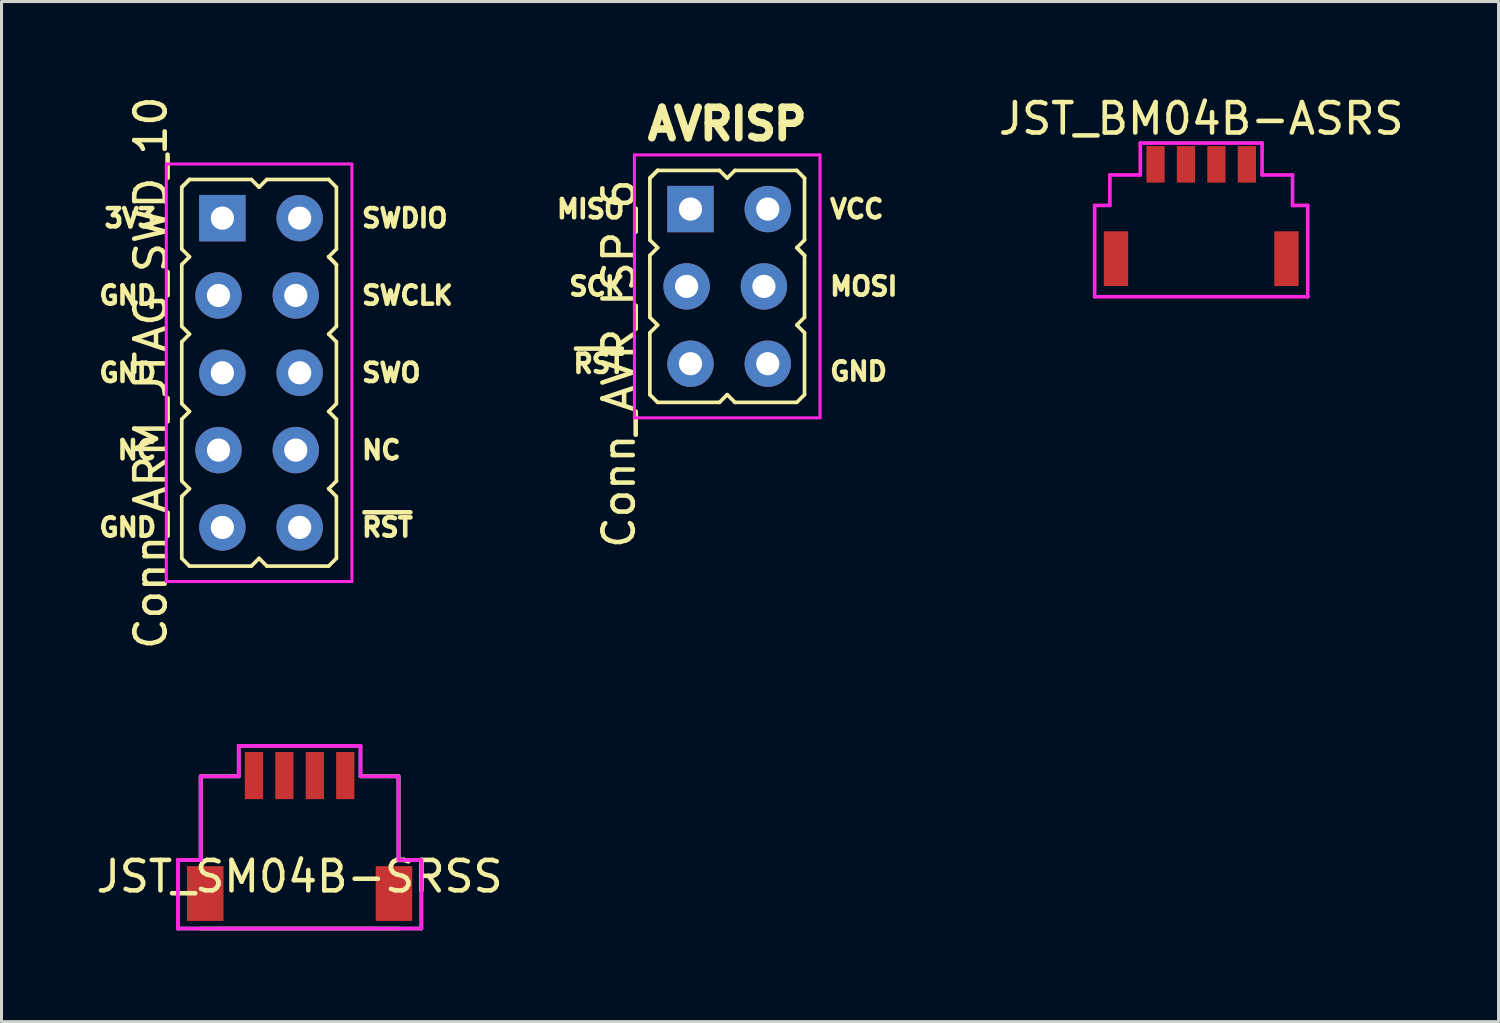
<source format=kicad_pcb>
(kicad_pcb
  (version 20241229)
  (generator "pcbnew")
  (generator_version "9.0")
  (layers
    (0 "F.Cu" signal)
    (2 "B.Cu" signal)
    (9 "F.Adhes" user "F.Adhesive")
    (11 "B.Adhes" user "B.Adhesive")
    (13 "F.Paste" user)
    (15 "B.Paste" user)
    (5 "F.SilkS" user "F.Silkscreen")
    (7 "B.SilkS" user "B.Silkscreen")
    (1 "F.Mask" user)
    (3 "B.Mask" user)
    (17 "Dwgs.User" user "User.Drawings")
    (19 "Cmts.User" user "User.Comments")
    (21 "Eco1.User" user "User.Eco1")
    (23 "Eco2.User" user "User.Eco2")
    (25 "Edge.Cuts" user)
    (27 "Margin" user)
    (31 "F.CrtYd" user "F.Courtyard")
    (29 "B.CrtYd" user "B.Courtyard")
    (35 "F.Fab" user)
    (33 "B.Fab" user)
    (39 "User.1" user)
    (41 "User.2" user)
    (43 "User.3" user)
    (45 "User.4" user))
  (footprint "JST_BM04B-ASRS"
    (layer "F.Cu")
    (at 36.41 2.948)
    (property "Reference" "JST_BM04B-ASRS" (at 0 -2.1 180) (layer "F.SilkS") (effects (font (size 1 1) (thickness 0.15))))
    (attr through_hole)
    (fp_line (start -3.5 0.75) (end -3.5 3.75) (stroke (width 0.12) (type solid)) (layer "F.CrtYd"))
    (fp_line (start -3 -0.25) (end -3 0.75) (stroke (width 0.12) (type solid)) (layer "F.CrtYd"))
    (fp_line (start -3 -0.25) (end -2 -0.25) (stroke (width 0.12) (type solid)) (layer "F.CrtYd"))
    (fp_line (start -3 0.75) (end -3.5 0.75) (stroke (width 0.12) (type solid)) (layer "F.CrtYd"))
    (fp_line (start -2 -1.3) (end -2 -0.25) (stroke (width 0.12) (type solid)) (layer "F.CrtYd"))
    (fp_line (start -2 -1.3) (end 2 -1.3) (stroke (width 0.12) (type solid)) (layer "F.CrtYd"))
    (fp_line (start 2 -0.25) (end 2 -1.3) (stroke (width 0.12) (type solid)) (layer "F.CrtYd"))
    (fp_line (start 2 -0.25) (end 3 -0.25) (stroke (width 0.12) (type solid)) (layer "F.CrtYd"))
    (fp_line (start 3 -0.25) (end 3 0.75) (stroke (width 0.12) (type solid)) (layer "F.CrtYd"))
    (fp_line (start 3 0.75) (end 3.5 0.75) (stroke (width 0.12) (type solid)) (layer "F.CrtYd"))
    (fp_line (start 3.5 0.75) (end 3.5 3.75) (stroke (width 0.12) (type solid)) (layer "F.CrtYd"))
    (fp_line (start 3.5 3.75) (end -3.5 3.75) (stroke (width 0.12) (type solid)) (layer "F.CrtYd"))
    (pad "1" smd rect (at -1.5 -0.6) (size 0.6 1.2) (layers "F.Cu" "F.Mask" "F.Paste"))
    (pad "2" smd rect (at -0.5 -0.6) (size 0.6 1.2) (layers "F.Cu" "F.Mask" "F.Paste"))
    (pad "3" smd rect (at 0.5 -0.6) (size 0.6 1.2) (layers "F.Cu" "F.Mask" "F.Paste"))
    (pad "4" smd rect (at 1.5 -0.6) (size 0.6 1.2) (layers "F.Cu" "F.Mask" "F.Paste"))
    (pad "5" smd rect (at -2.8 2.5) (size 0.8 1.8) (layers "F.Cu" "F.Mask" "F.Paste"))
    (pad "5" smd rect (at 2.8 2.5) (size 0.8 1.8) (layers "F.Cu" "F.Mask" "F.Paste")))
  (footprint "Conn_ARM_JTAG_SWD_10"
    (layer "F.Cu")
    (at 5.461 9.196)
    (property "Reference" "Conn_ARM_JTAG_SWD_10" (at -3.556 0 90) (layer "F.SilkS") (effects (font (size 1 1) (thickness 0.15))))
    (attr through_hole)
    (fp_line (start -2.54 -6.096) (end -2.286 -6.35) (stroke (width 0.12) (type solid)) (layer "F.SilkS"))
    (fp_line (start -2.54 -6.096) (end -2.286 -6.35) (stroke (width 0.12) (type solid)) (layer "F.SilkS"))
    (fp_line (start -2.54 -4.064) (end -2.54 -6.096) (stroke (width 0.12) (type solid)) (layer "F.SilkS"))
    (fp_line (start -2.54 -3.556) (end -2.286 -3.81) (stroke (width 0.12) (type solid)) (layer "F.SilkS"))
    (fp_line (start -2.54 -1.524) (end -2.54 -3.556) (stroke (width 0.12) (type solid)) (layer "F.SilkS"))
    (fp_line (start -2.54 -1.016) (end -2.286 -1.27) (stroke (width 0.12) (type solid)) (layer "F.SilkS"))
    (fp_line (start -2.54 1.016) (end -2.54 -1.016) (stroke (width 0.12) (type solid)) (layer "F.SilkS"))
    (fp_line (start -2.54 1.524) (end -2.286 1.27) (stroke (width 0.12) (type solid)) (layer "F.SilkS"))
    (fp_line (start -2.54 3.556) (end -2.54 1.524) (stroke (width 0.12) (type solid)) (layer "F.SilkS"))
    (fp_line (start -2.54 4.064) (end -2.286 3.81) (stroke (width 0.12) (type solid)) (layer "F.SilkS"))
    (fp_line (start -2.54 6.096) (end -2.54 4.064) (stroke (width 0.12) (type solid)) (layer "F.SilkS"))
    (fp_line (start -2.286 -3.81) (end -2.54 -4.064) (stroke (width 0.12) (type solid)) (layer "F.SilkS"))
    (fp_line (start -2.286 -1.27) (end -2.54 -1.524) (stroke (width 0.12) (type solid)) (layer "F.SilkS"))
    (fp_line (start -2.286 1.27) (end -2.54 1.016) (stroke (width 0.12) (type solid)) (layer "F.SilkS"))
    (fp_line (start -2.286 3.81) (end -2.54 3.556) (stroke (width 0.12) (type solid)) (layer "F.SilkS"))
    (fp_line (start -2.286 6.35) (end -2.54 6.096) (stroke (width 0.12) (type solid)) (layer "F.SilkS"))
    (fp_line (start -0.254 -6.35) (end -2.286 -6.35) (stroke (width 0.12) (type solid)) (layer "F.SilkS"))
    (fp_line (start -0.254 6.35) (end -2.286 6.35) (stroke (width 0.12) (type solid)) (layer "F.SilkS"))
    (fp_line (start -0.254 6.35) (end 0 6.096) (stroke (width 0.12) (type solid)) (layer "F.SilkS"))
    (fp_line (start 0 -6.096) (end -0.254 -6.35) (stroke (width 0.12) (type solid)) (layer "F.SilkS"))
    (fp_line (start 0.254 -6.35) (end 0 -6.096) (stroke (width 0.12) (type solid)) (layer "F.SilkS"))
    (fp_line (start 0.254 -6.35) (end 2.286 -6.35) (stroke (width 0.12) (type solid)) (layer "F.SilkS"))
    (fp_line (start 0.254 6.35) (end 0 6.096) (stroke (width 0.12) (type solid)) (layer "F.SilkS"))
    (fp_line (start 2.286 -6.35) (end 2.54 -6.096) (stroke (width 0.12) (type solid)) (layer "F.SilkS"))
    (fp_line (start 2.286 -3.81) (end 2.54 -3.556) (stroke (width 0.12) (type solid)) (layer "F.SilkS"))
    (fp_line (start 2.286 -3.81) (end 2.54 -3.556) (stroke (width 0.12) (type solid)) (layer "F.SilkS"))
    (fp_line (start 2.286 -1.27) (end 2.54 -1.016) (stroke (width 0.12) (type solid)) (layer "F.SilkS"))
    (fp_line (start 2.286 1.27) (end 2.54 1.524) (stroke (width 0.12) (type solid)) (layer "F.SilkS"))
    (fp_line (start 2.286 3.81) (end 2.54 4.064) (stroke (width 0.12) (type solid)) (layer "F.SilkS"))
    (fp_line (start 2.286 6.35) (end 0.254 6.35) (stroke (width 0.12) (type solid)) (layer "F.SilkS"))
    (fp_line (start 2.54 -6.096) (end 2.54 -4.064) (stroke (width 0.12) (type solid)) (layer "F.SilkS"))
    (fp_line (start 2.54 -4.064) (end 2.286 -3.81) (stroke (width 0.12) (type solid)) (layer "F.SilkS"))
    (fp_line (start 2.54 -3.556) (end 2.54 -1.524) (stroke (width 0.12) (type solid)) (layer "F.SilkS"))
    (fp_line (start 2.54 -1.524) (end 2.286 -1.27) (stroke (width 0.12) (type solid)) (layer "F.SilkS"))
    (fp_line (start 2.54 -1.016) (end 2.54 1.016) (stroke (width 0.12) (type solid)) (layer "F.SilkS"))
    (fp_line (start 2.54 1.016) (end 2.286 1.27) (stroke (width 0.12) (type solid)) (layer "F.SilkS"))
    (fp_line (start 2.54 1.524) (end 2.54 3.556) (stroke (width 0.12) (type solid)) (layer "F.SilkS"))
    (fp_line (start 2.54 3.556) (end 2.286 3.81) (stroke (width 0.12) (type solid)) (layer "F.SilkS"))
    (fp_line (start 2.54 4.064) (end 2.54 6.096) (stroke (width 0.12) (type solid)) (layer "F.SilkS"))
    (fp_line (start 2.54 6.096) (end 2.286 6.35) (stroke (width 0.12) (type solid)) (layer "F.SilkS"))
    (fp_line (start -3.048 6.858) (end -3.048 -6.858) (stroke (width 0.1) (type solid)) (layer "F.CrtYd"))
    (fp_line (start -3.048 6.858) (end 3.048 6.858) (stroke (width 0.1) (type solid)) (layer "F.CrtYd"))
    (fp_line (start 3.048 -6.858) (end -3.048 -6.858) (stroke (width 0.1) (type solid)) (layer "F.CrtYd"))
    (fp_line (start 3.048 -6.858) (end 3.048 6.858) (stroke (width 0.1) (type solid)) (layer "F.CrtYd"))
    (fp_text user "GND" (at -3.302 -2.54 0) (layer "F.SilkS") (effects (font (size 0.6 0.6) (thickness 0.15)) (justify right)))
    (fp_text user "NC" (at -3.302 2.54 0) (layer "F.SilkS") (effects (font (size 0.6 0.6) (thickness 0.15)) (justify right)))
    (fp_text user "SWO" (at 3.302 0 0) (layer "F.SilkS") (effects (font (size 0.6 0.6) (thickness 0.15)) (justify left)))
    (fp_text user "SWCLK" (at 3.302 -2.54 0) (layer "F.SilkS") (effects (font (size 0.6 0.6) (thickness 0.15)) (justify left)))
    (fp_text user "3V3" (at -3.302 -5.08 0) (layer "F.SilkS") (effects (font (size 0.6 0.6) (thickness 0.15)) (justify right)))
    (fp_text user "NC" (at 3.302 2.54 0) (layer "F.SilkS") (effects (font (size 0.6 0.6) (thickness 0.15)) (justify left)))
    (fp_text user "GND" (at -3.302 5.08 0) (layer "F.SilkS") (effects (font (size 0.6 0.6) (thickness 0.15)) (justify right)))
    (fp_text user "GND" (at -3.302 0 0) (layer "F.SilkS") (effects (font (size 0.6 0.6) (thickness 0.15)) (justify right)))
    (fp_text user "~{RST}" (at 3.302 5.08 0) (layer "F.SilkS") (effects (font (size 0.6 0.6) (thickness 0.15)) (justify left)))
    (fp_text user "SWDIO" (at 3.302 -5.08 0) (layer "F.SilkS") (effects (font (size 0.6 0.6) (thickness 0.15)) (justify left)))
    (pad "1" thru_hole rect (at -1.206 -5.08) (size 1.524 1.524) (drill 0.762) (layers "*.Cu" "*.Mask"))
    (pad "2" thru_hole oval (at 1.333 -5.08) (size 1.524 1.524) (drill 0.762) (layers "*.Cu" "*.Mask"))
    (pad "3" thru_hole oval (at -1.333 -2.54) (size 1.524 1.524) (drill 0.762) (layers "*.Cu" "*.Mask"))
    (pad "4" thru_hole oval (at 1.206 -2.54) (size 1.524 1.524) (drill 0.762) (layers "*.Cu" "*.Mask"))
    (pad "5" thru_hole oval (at -1.206 0) (size 1.524 1.524) (drill 0.762) (layers "*.Cu" "*.Mask"))
    (pad "6" thru_hole oval (at 1.333 0) (size 1.524 1.524) (drill 0.762) (layers "*.Cu" "*.Mask"))
    (pad "7" thru_hole oval (at -1.333 2.54) (size 1.524 1.524) (drill 0.762) (layers "*.Cu" "*.Mask"))
    (pad "8" thru_hole oval (at 1.206 2.54) (size 1.524 1.524) (drill 0.762) (layers "*.Cu" "*.Mask"))
    (pad "9" thru_hole oval (at -1.206 5.08) (size 1.524 1.524) (drill 0.762) (layers "*.Cu" "*.Mask"))
    (pad "10" thru_hole oval (at 1.333 5.08) (size 1.524 1.524) (drill 0.762) (layers "*.Cu" "*.Mask")))
  (footprint "Conn_AVR_ISP_6"
    (layer "F.Cu")
    (at 20.839 6.358)
    (property "Reference" "Conn_AVR_ISP_6" (at -3.556 2.54 90) (layer "F.SilkS") (effects (font (size 1 1) (thickness 0.15))))
    (attr through_hole)
    (fp_line (start -2.54 -3.556) (end -2.286 -3.81) (stroke (width 0.12) (type solid)) (layer "F.SilkS"))
    (fp_line (start -2.54 -3.556) (end -2.286 -3.81) (stroke (width 0.12) (type solid)) (layer "F.SilkS"))
    (fp_line (start -2.54 -1.524) (end -2.54 -3.556) (stroke (width 0.12) (type solid)) (layer "F.SilkS"))
    (fp_line (start -2.54 -1.016) (end -2.286 -1.27) (stroke (width 0.12) (type solid)) (layer "F.SilkS"))
    (fp_line (start -2.54 1.016) (end -2.54 -1.016) (stroke (width 0.12) (type solid)) (layer "F.SilkS"))
    (fp_line (start -2.54 1.524) (end -2.286 1.27) (stroke (width 0.12) (type solid)) (layer "F.SilkS"))
    (fp_line (start -2.54 3.556) (end -2.54 1.524) (stroke (width 0.12) (type solid)) (layer "F.SilkS"))
    (fp_line (start -2.286 -1.27) (end -2.54 -1.524) (stroke (width 0.12) (type solid)) (layer "F.SilkS"))
    (fp_line (start -2.286 1.27) (end -2.54 1.016) (stroke (width 0.12) (type solid)) (layer "F.SilkS"))
    (fp_line (start -2.286 3.81) (end -2.54 3.556) (stroke (width 0.12) (type solid)) (layer "F.SilkS"))
    (fp_line (start -0.254 -3.81) (end -2.286 -3.81) (stroke (width 0.12) (type solid)) (layer "F.SilkS"))
    (fp_line (start -0.254 3.81) (end -2.286 3.81) (stroke (width 0.12) (type solid)) (layer "F.SilkS"))
    (fp_line (start -0.254 3.81) (end 0 3.556) (stroke (width 0.12) (type solid)) (layer "F.SilkS"))
    (fp_line (start 0 -3.556) (end -0.254 -3.81) (stroke (width 0.12) (type solid)) (layer "F.SilkS"))
    (fp_line (start 0.254 -3.81) (end 0 -3.556) (stroke (width 0.12) (type solid)) (layer "F.SilkS"))
    (fp_line (start 0.254 -3.81) (end 2.286 -3.81) (stroke (width 0.12) (type solid)) (layer "F.SilkS"))
    (fp_line (start 0.254 3.81) (end 0 3.556) (stroke (width 0.12) (type solid)) (layer "F.SilkS"))
    (fp_line (start 2.286 -3.81) (end 2.54 -3.556) (stroke (width 0.12) (type solid)) (layer "F.SilkS"))
    (fp_line (start 2.286 -1.27) (end 2.54 -1.016) (stroke (width 0.12) (type solid)) (layer "F.SilkS"))
    (fp_line (start 2.286 -1.27) (end 2.54 -1.016) (stroke (width 0.12) (type solid)) (layer "F.SilkS"))
    (fp_line (start 2.286 1.27) (end 2.54 1.524) (stroke (width 0.12) (type solid)) (layer "F.SilkS"))
    (fp_line (start 2.286 3.81) (end 0.254 3.81) (stroke (width 0.12) (type solid)) (layer "F.SilkS"))
    (fp_line (start 2.54 -3.556) (end 2.54 -1.524) (stroke (width 0.12) (type solid)) (layer "F.SilkS"))
    (fp_line (start 2.54 -1.524) (end 2.286 -1.27) (stroke (width 0.12) (type solid)) (layer "F.SilkS"))
    (fp_line (start 2.54 -1.016) (end 2.54 1.016) (stroke (width 0.12) (type solid)) (layer "F.SilkS"))
    (fp_line (start 2.54 1.016) (end 2.286 1.27) (stroke (width 0.12) (type solid)) (layer "F.SilkS"))
    (fp_line (start 2.54 1.524) (end 2.54 3.556) (stroke (width 0.12) (type solid)) (layer "F.SilkS"))
    (fp_line (start 2.54 3.556) (end 2.286 3.81) (stroke (width 0.12) (type solid)) (layer "F.SilkS"))
    (fp_line (start -3.048 4.318) (end -3.048 -4.318) (stroke (width 0.1) (type solid)) (layer "F.CrtYd"))
    (fp_line (start -3.048 4.318) (end 3.048 4.318) (stroke (width 0.1) (type solid)) (layer "F.CrtYd"))
    (fp_line (start 3.048 -4.318) (end -3.048 -4.318) (stroke (width 0.1) (type solid)) (layer "F.CrtYd"))
    (fp_line (start 3.048 -4.318) (end 3.048 4.318) (stroke (width 0.1) (type solid)) (layer "F.CrtYd"))
    (fp_text user "VCC" (at 3.302 -2.54 0) (layer "F.SilkS") (effects (font (size 0.6 0.6) (thickness 0.15)) (justify left)))
    (fp_text user "~{RST}" (at -3.302 2.54 0) (layer "F.SilkS") (effects (font (size 0.6 0.6) (thickness 0.15)) (justify right)))
    (fp_text user "SCK" (at -3.302 0 0) (layer "F.SilkS") (effects (font (size 0.6 0.6) (thickness 0.15)) (justify right)))
    (fp_text user "AVRISP" (at 0 -5.334 0) (layer "F.SilkS") (effects (font (size 1 1) (thickness 0.25))))
    (fp_text user "MOSI" (at 3.302 0 0) (layer "F.SilkS") (effects (font (size 0.6 0.6) (thickness 0.15)) (justify left)))
    (fp_text user "GND" (at 3.302 2.794 0) (layer "F.SilkS") (effects (font (size 0.6 0.6) (thickness 0.15)) (justify left)))
    (fp_text user "MISO" (at -3.302 -2.54 0) (layer "F.SilkS") (effects (font (size 0.6 0.6) (thickness 0.15)) (justify right)))
    (pad "1" thru_hole rect (at -1.206 -2.54) (size 1.524 1.524) (drill 0.762) (layers "*.Cu" "*.Mask"))
    (pad "2" thru_hole oval (at 1.333 -2.54) (size 1.524 1.524) (drill 0.762) (layers "*.Cu" "*.Mask"))
    (pad "3" thru_hole oval (at -1.333 0) (size 1.524 1.524) (drill 0.762) (layers "*.Cu" "*.Mask"))
    (pad "4" thru_hole oval (at 1.206 0) (size 1.524 1.524) (drill 0.762) (layers "*.Cu" "*.Mask"))
    (pad "5" thru_hole oval (at -1.206 2.54) (size 1.524 1.524) (drill 0.762) (layers "*.Cu" "*.Mask"))
    (pad "6" thru_hole oval (at 1.333 2.54) (size 1.524 1.524) (drill 0.762) (layers "*.Cu" "*.Mask")))
  (footprint "JST_SM04B-SRSS"
    (layer "F.Cu")
    (at 6.792 23.203)
    (property "Reference" "JST_SM04B-SRSS" (at 0 2.54 180) (layer "F.SilkS") (effects (font (size 1 1) (thickness 0.15))))
    (attr through_hole)
    (fp_line (start -3.25 -0.75) (end -2 -0.75) (stroke (width 0.12) (type solid)) (layer "F.SilkS"))
    (fp_line (start -3.25 2) (end -3.25 -0.75) (stroke (width 0.12) (type solid)) (layer "F.SilkS"))
    (fp_line (start 3.25 -0.75) (end 2 -0.75) (stroke (width 0.12) (type solid)) (layer "F.SilkS"))
    (fp_line (start 3.25 2) (end 3.25 -0.75) (stroke (width 0.12) (type solid)) (layer "F.SilkS"))
    (fp_line (start 3.25 4.25) (end -3.25 4.25) (stroke (width 0.12) (type solid)) (layer "F.SilkS"))
    (fp_line (start -4 2) (end -4 4.25) (stroke (width 0.12) (type solid)) (layer "F.CrtYd"))
    (fp_line (start -4 4.25) (end 4 4.25) (stroke (width 0.12) (type solid)) (layer "F.CrtYd"))
    (fp_line (start -3.25 -0.75) (end -3.25 2) (stroke (width 0.12) (type solid)) (layer "F.CrtYd"))
    (fp_line (start -3.25 2) (end -4 2) (stroke (width 0.12) (type solid)) (layer "F.CrtYd"))
    (fp_line (start -2 -1.75) (end -2 -0.75) (stroke (width 0.12) (type solid)) (layer "F.CrtYd"))
    (fp_line (start -2 -0.75) (end -3.25 -0.75) (stroke (width 0.12) (type solid)) (layer "F.CrtYd"))
    (fp_line (start 2 -1.75) (end -2 -1.75) (stroke (width 0.12) (type solid)) (layer "F.CrtYd"))
    (fp_line (start 2 -0.75) (end 2 -1.75) (stroke (width 0.12) (type solid)) (layer "F.CrtYd"))
    (fp_line (start 3.25 -0.75) (end 2 -0.75) (stroke (width 0.12) (type solid)) (layer "F.CrtYd"))
    (fp_line (start 3.25 2) (end 3.25 -0.75) (stroke (width 0.12) (type solid)) (layer "F.CrtYd"))
    (fp_line (start 4 2) (end 3.25 2) (stroke (width 0.12) (type solid)) (layer "F.CrtYd"))
    (fp_line (start 4 4.25) (end 4 2) (stroke (width 0.12) (type solid)) (layer "F.CrtYd"))
    (fp_line (start -4 2) (end -3.25 2) (stroke (width 0.12) (type solid)) (layer "F.Fab"))
    (fp_line (start -4 4.25) (end -4 2) (stroke (width 0.12) (type solid)) (layer "F.Fab"))
    (fp_line (start -3.25 -0.75) (end -2 -0.75) (stroke (width 0.12) (type solid)) (layer "F.Fab"))
    (fp_line (start -3.25 2) (end -3.25 -0.75) (stroke (width 0.12) (type solid)) (layer "F.Fab"))
    (fp_line (start -2 -1.75) (end 2 -1.75) (stroke (width 0.12) (type solid)) (layer "F.Fab"))
    (fp_line (start -2 -0.75) (end -2 -1.75) (stroke (width 0.12) (type solid)) (layer "F.Fab"))
    (fp_line (start 2 -1.75) (end 2 -0.75) (stroke (width 0.12) (type solid)) (layer "F.Fab"))
    (fp_line (start 2 -0.75) (end 3.25 -0.75) (stroke (width 0.12) (type solid)) (layer "F.Fab"))
    (fp_line (start 3.25 -0.75) (end 3.25 2) (stroke (width 0.12) (type solid)) (layer "F.Fab"))
    (fp_line (start 3.25 2) (end 4 2) (stroke (width 0.12) (type solid)) (layer "F.Fab"))
    (fp_line (start 4 2) (end 4 4.25) (stroke (width 0.12) (type solid)) (layer "F.Fab"))
    (fp_line (start 4 4.25) (end -4 4.25) (stroke (width 0.12) (type solid)) (layer "F.Fab"))
    (pad "1" smd rect (at -1.5 -0.775) (size 0.6 1.55) (layers "F.Cu" "F.Mask" "F.Paste"))
    (pad "2" smd rect (at -0.5 -0.775) (size 0.6 1.55) (layers "F.Cu" "F.Mask" "F.Paste"))
    (pad "3" smd rect (at 0.5 -0.775) (size 0.6 1.55) (layers "F.Cu" "F.Mask" "F.Paste"))
    (pad "4" smd rect (at 1.5 -0.775) (size 0.6 1.55) (layers "F.Cu" "F.Mask" "F.Paste"))
    (pad "5" smd rect (at -3.1 3.1) (size 1.2 1.8) (layers "F.Cu" "F.Mask" "F.Paste"))
    (pad "6" smd rect (at 3.1 3.1) (size 1.2 1.8) (layers "F.Cu" "F.Mask" "F.Paste")))
  (gr_rect
    (start -3 -3)
    (end 46.178 30.513)
    (stroke (width 0.1) (type default))
    (fill no)
    (layer "Edge.Cuts")))
</source>
